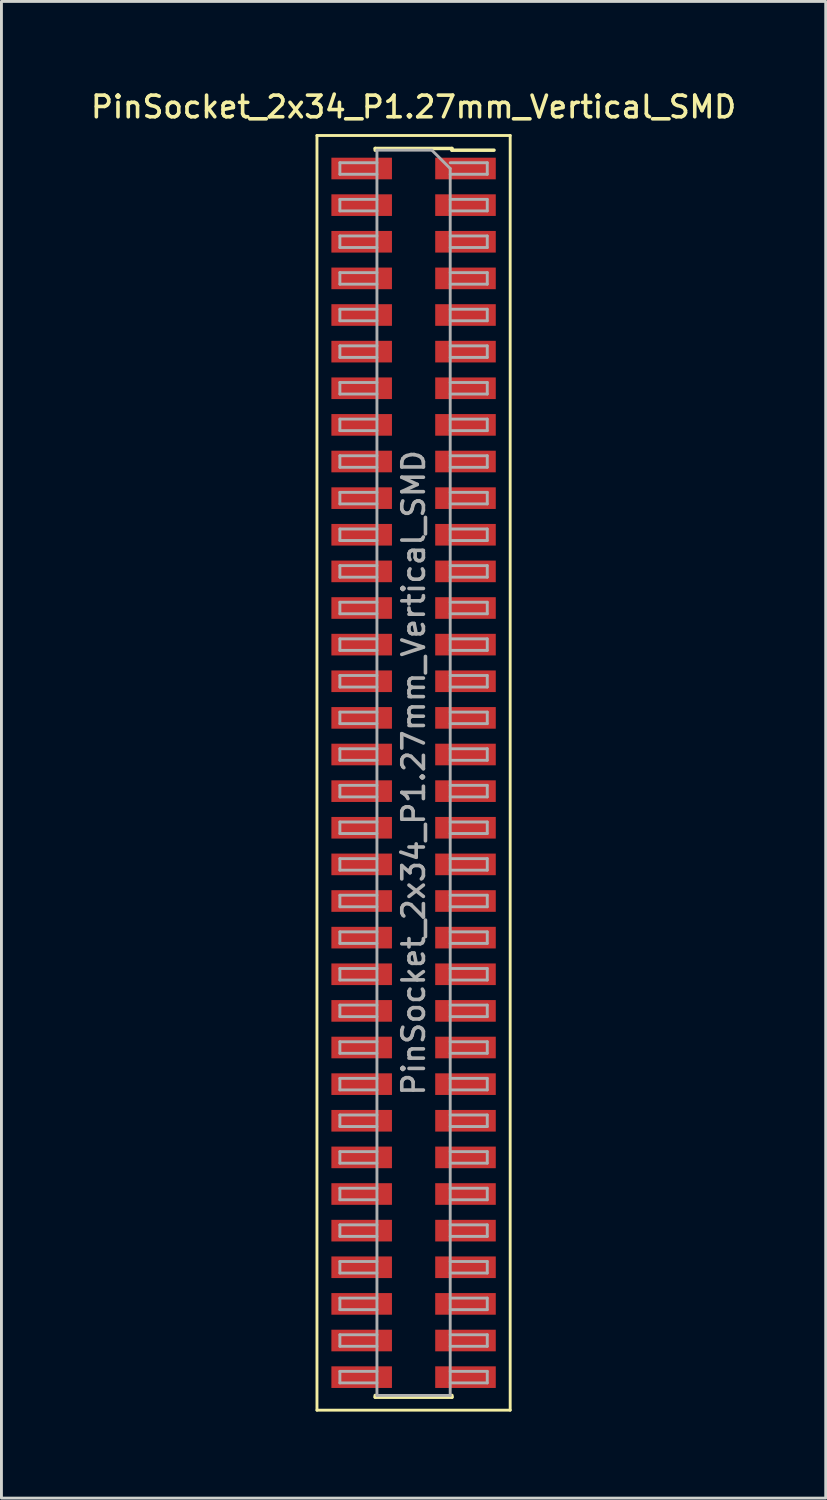
<source format=kicad_pcb>
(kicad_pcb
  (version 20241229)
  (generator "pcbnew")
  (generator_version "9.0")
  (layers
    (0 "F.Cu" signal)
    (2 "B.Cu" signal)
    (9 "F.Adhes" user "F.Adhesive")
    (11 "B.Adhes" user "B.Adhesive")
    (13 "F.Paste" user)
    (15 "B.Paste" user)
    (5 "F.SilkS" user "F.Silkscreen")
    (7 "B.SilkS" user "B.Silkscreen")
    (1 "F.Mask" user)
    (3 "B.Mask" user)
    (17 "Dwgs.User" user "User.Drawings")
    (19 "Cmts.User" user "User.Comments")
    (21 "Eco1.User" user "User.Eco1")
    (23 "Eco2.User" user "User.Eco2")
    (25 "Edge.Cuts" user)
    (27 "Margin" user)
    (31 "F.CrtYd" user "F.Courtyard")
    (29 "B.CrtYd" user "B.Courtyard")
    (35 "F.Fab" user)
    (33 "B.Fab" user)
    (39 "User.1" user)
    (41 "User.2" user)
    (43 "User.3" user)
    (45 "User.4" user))
  (footprint "PinSocket_2x34_P1.27mm_Vertical_SMD"
    (layer "F.Cu")
    (at 11.291 23.748)
    (property "Reference" "PinSocket_2x34_P1.27mm_Vertical_SMD" (at 0 -23.09 0) (layer "F.SilkS") (effects (font (size 0.75 0.75) (thickness 0.125))))
    (attr smd)
    (fp_line (start -3.35 -22.1) (end 3.35 -22.1) (stroke (width 0.1) (type solid)) (layer "F.SilkS"))
    (fp_line (start -3.35 22.1) (end -3.35 -22.1) (stroke (width 0.1) (type solid)) (layer "F.SilkS"))
    (fp_line (start -1.33 -21.65) (end -1.33 -21.59) (stroke (width 0.12) (type solid)) (layer "F.SilkS"))
    (fp_line (start -1.33 -21.65) (end 1.33 -21.65) (stroke (width 0.12) (type solid)) (layer "F.SilkS"))
    (fp_line (start -1.33 21.59) (end -1.33 21.65) (stroke (width 0.12) (type solid)) (layer "F.SilkS"))
    (fp_line (start -1.33 21.65) (end 1.33 21.65) (stroke (width 0.12) (type solid)) (layer "F.SilkS"))
    (fp_line (start 1.33 -21.65) (end 1.33 -21.59) (stroke (width 0.12) (type solid)) (layer "F.SilkS"))
    (fp_line (start 1.33 -21.59) (end 2.79 -21.59) (stroke (width 0.12) (type solid)) (layer "F.SilkS"))
    (fp_line (start 1.33 21.59) (end 1.33 21.65) (stroke (width 0.12) (type solid)) (layer "F.SilkS"))
    (fp_line (start 3.35 -22.1) (end 3.35 22.1) (stroke (width 0.1) (type solid)) (layer "F.SilkS"))
    (fp_line (start 3.35 22.1) (end -3.35 22.1) (stroke (width 0.1) (type solid)) (layer "F.SilkS"))
    (fp_line (start -2.555 -21.155) (end -1.27 -21.155) (stroke (width 0.1) (type solid)) (layer "F.Fab"))
    (fp_line (start -2.555 -20.755) (end -2.555 -21.155) (stroke (width 0.1) (type solid)) (layer "F.Fab"))
    (fp_line (start -2.555 -19.885) (end -1.27 -19.885) (stroke (width 0.1) (type solid)) (layer "F.Fab"))
    (fp_line (start -2.555 -19.485) (end -2.555 -19.885) (stroke (width 0.1) (type solid)) (layer "F.Fab"))
    (fp_line (start -2.555 -18.615) (end -1.27 -18.615) (stroke (width 0.1) (type solid)) (layer "F.Fab"))
    (fp_line (start -2.555 -18.215) (end -2.555 -18.615) (stroke (width 0.1) (type solid)) (layer "F.Fab"))
    (fp_line (start -2.555 -17.345) (end -1.27 -17.345) (stroke (width 0.1) (type solid)) (layer "F.Fab"))
    (fp_line (start -2.555 -16.945) (end -2.555 -17.345) (stroke (width 0.1) (type solid)) (layer "F.Fab"))
    (fp_line (start -2.555 -16.075) (end -1.27 -16.075) (stroke (width 0.1) (type solid)) (layer "F.Fab"))
    (fp_line (start -2.555 -15.675) (end -2.555 -16.075) (stroke (width 0.1) (type solid)) (layer "F.Fab"))
    (fp_line (start -2.555 -14.805) (end -1.27 -14.805) (stroke (width 0.1) (type solid)) (layer "F.Fab"))
    (fp_line (start -2.555 -14.405) (end -2.555 -14.805) (stroke (width 0.1) (type solid)) (layer "F.Fab"))
    (fp_line (start -2.555 -13.535) (end -1.27 -13.535) (stroke (width 0.1) (type solid)) (layer "F.Fab"))
    (fp_line (start -2.555 -13.135) (end -2.555 -13.535) (stroke (width 0.1) (type solid)) (layer "F.Fab"))
    (fp_line (start -2.555 -12.265) (end -1.27 -12.265) (stroke (width 0.1) (type solid)) (layer "F.Fab"))
    (fp_line (start -2.555 -11.865) (end -2.555 -12.265) (stroke (width 0.1) (type solid)) (layer "F.Fab"))
    (fp_line (start -2.555 -10.995) (end -1.27 -10.995) (stroke (width 0.1) (type solid)) (layer "F.Fab"))
    (fp_line (start -2.555 -10.595) (end -2.555 -10.995) (stroke (width 0.1) (type solid)) (layer "F.Fab"))
    (fp_line (start -2.555 -9.725) (end -1.27 -9.725) (stroke (width 0.1) (type solid)) (layer "F.Fab"))
    (fp_line (start -2.555 -9.325) (end -2.555 -9.725) (stroke (width 0.1) (type solid)) (layer "F.Fab"))
    (fp_line (start -2.555 -8.455) (end -1.27 -8.455) (stroke (width 0.1) (type solid)) (layer "F.Fab"))
    (fp_line (start -2.555 -8.055) (end -2.555 -8.455) (stroke (width 0.1) (type solid)) (layer "F.Fab"))
    (fp_line (start -2.555 -7.185) (end -1.27 -7.185) (stroke (width 0.1) (type solid)) (layer "F.Fab"))
    (fp_line (start -2.555 -6.785) (end -2.555 -7.185) (stroke (width 0.1) (type solid)) (layer "F.Fab"))
    (fp_line (start -2.555 -5.915) (end -1.27 -5.915) (stroke (width 0.1) (type solid)) (layer "F.Fab"))
    (fp_line (start -2.555 -5.515) (end -2.555 -5.915) (stroke (width 0.1) (type solid)) (layer "F.Fab"))
    (fp_line (start -2.555 -4.645) (end -1.27 -4.645) (stroke (width 0.1) (type solid)) (layer "F.Fab"))
    (fp_line (start -2.555 -4.245) (end -2.555 -4.645) (stroke (width 0.1) (type solid)) (layer "F.Fab"))
    (fp_line (start -2.555 -3.375) (end -1.27 -3.375) (stroke (width 0.1) (type solid)) (layer "F.Fab"))
    (fp_line (start -2.555 -2.975) (end -2.555 -3.375) (stroke (width 0.1) (type solid)) (layer "F.Fab"))
    (fp_line (start -2.555 -2.105) (end -1.27 -2.105) (stroke (width 0.1) (type solid)) (layer "F.Fab"))
    (fp_line (start -2.555 -1.705) (end -2.555 -2.105) (stroke (width 0.1) (type solid)) (layer "F.Fab"))
    (fp_line (start -2.555 -0.835) (end -1.27 -0.835) (stroke (width 0.1) (type solid)) (layer "F.Fab"))
    (fp_line (start -2.555 -0.435) (end -2.555 -0.835) (stroke (width 0.1) (type solid)) (layer "F.Fab"))
    (fp_line (start -2.555 0.435) (end -1.27 0.435) (stroke (width 0.1) (type solid)) (layer "F.Fab"))
    (fp_line (start -2.555 0.835) (end -2.555 0.435) (stroke (width 0.1) (type solid)) (layer "F.Fab"))
    (fp_line (start -2.555 1.705) (end -1.27 1.705) (stroke (width 0.1) (type solid)) (layer "F.Fab"))
    (fp_line (start -2.555 2.105) (end -2.555 1.705) (stroke (width 0.1) (type solid)) (layer "F.Fab"))
    (fp_line (start -2.555 2.975) (end -1.27 2.975) (stroke (width 0.1) (type solid)) (layer "F.Fab"))
    (fp_line (start -2.555 3.375) (end -2.555 2.975) (stroke (width 0.1) (type solid)) (layer "F.Fab"))
    (fp_line (start -2.555 4.245) (end -1.27 4.245) (stroke (width 0.1) (type solid)) (layer "F.Fab"))
    (fp_line (start -2.555 4.645) (end -2.555 4.245) (stroke (width 0.1) (type solid)) (layer "F.Fab"))
    (fp_line (start -2.555 5.515) (end -1.27 5.515) (stroke (width 0.1) (type solid)) (layer "F.Fab"))
    (fp_line (start -2.555 5.915) (end -2.555 5.515) (stroke (width 0.1) (type solid)) (layer "F.Fab"))
    (fp_line (start -2.555 6.785) (end -1.27 6.785) (stroke (width 0.1) (type solid)) (layer "F.Fab"))
    (fp_line (start -2.555 7.185) (end -2.555 6.785) (stroke (width 0.1) (type solid)) (layer "F.Fab"))
    (fp_line (start -2.555 8.055) (end -1.27 8.055) (stroke (width 0.1) (type solid)) (layer "F.Fab"))
    (fp_line (start -2.555 8.455) (end -2.555 8.055) (stroke (width 0.1) (type solid)) (layer "F.Fab"))
    (fp_line (start -2.555 9.325) (end -1.27 9.325) (stroke (width 0.1) (type solid)) (layer "F.Fab"))
    (fp_line (start -2.555 9.725) (end -2.555 9.325) (stroke (width 0.1) (type solid)) (layer "F.Fab"))
    (fp_line (start -2.555 10.595) (end -1.27 10.595) (stroke (width 0.1) (type solid)) (layer "F.Fab"))
    (fp_line (start -2.555 10.995) (end -2.555 10.595) (stroke (width 0.1) (type solid)) (layer "F.Fab"))
    (fp_line (start -2.555 11.865) (end -1.27 11.865) (stroke (width 0.1) (type solid)) (layer "F.Fab"))
    (fp_line (start -2.555 12.265) (end -2.555 11.865) (stroke (width 0.1) (type solid)) (layer "F.Fab"))
    (fp_line (start -2.555 13.135) (end -1.27 13.135) (stroke (width 0.1) (type solid)) (layer "F.Fab"))
    (fp_line (start -2.555 13.535) (end -2.555 13.135) (stroke (width 0.1) (type solid)) (layer "F.Fab"))
    (fp_line (start -2.555 14.405) (end -1.27 14.405) (stroke (width 0.1) (type solid)) (layer "F.Fab"))
    (fp_line (start -2.555 14.805) (end -2.555 14.405) (stroke (width 0.1) (type solid)) (layer "F.Fab"))
    (fp_line (start -2.555 15.675) (end -1.27 15.675) (stroke (width 0.1) (type solid)) (layer "F.Fab"))
    (fp_line (start -2.555 16.075) (end -2.555 15.675) (stroke (width 0.1) (type solid)) (layer "F.Fab"))
    (fp_line (start -2.555 16.945) (end -1.27 16.945) (stroke (width 0.1) (type solid)) (layer "F.Fab"))
    (fp_line (start -2.555 17.345) (end -2.555 16.945) (stroke (width 0.1) (type solid)) (layer "F.Fab"))
    (fp_line (start -2.555 18.215) (end -1.27 18.215) (stroke (width 0.1) (type solid)) (layer "F.Fab"))
    (fp_line (start -2.555 18.615) (end -2.555 18.215) (stroke (width 0.1) (type solid)) (layer "F.Fab"))
    (fp_line (start -2.555 19.485) (end -1.27 19.485) (stroke (width 0.1) (type solid)) (layer "F.Fab"))
    (fp_line (start -2.555 19.885) (end -2.555 19.485) (stroke (width 0.1) (type solid)) (layer "F.Fab"))
    (fp_line (start -2.555 20.755) (end -1.27 20.755) (stroke (width 0.1) (type solid)) (layer "F.Fab"))
    (fp_line (start -2.555 21.155) (end -2.555 20.755) (stroke (width 0.1) (type solid)) (layer "F.Fab"))
    (fp_line (start -1.27 -21.59) (end 0.635 -21.59) (stroke (width 0.1) (type solid)) (layer "F.Fab"))
    (fp_line (start -1.27 -20.755) (end -2.555 -20.755) (stroke (width 0.1) (type solid)) (layer "F.Fab"))
    (fp_line (start -1.27 -19.485) (end -2.555 -19.485) (stroke (width 0.1) (type solid)) (layer "F.Fab"))
    (fp_line (start -1.27 -18.215) (end -2.555 -18.215) (stroke (width 0.1) (type solid)) (layer "F.Fab"))
    (fp_line (start -1.27 -16.945) (end -2.555 -16.945) (stroke (width 0.1) (type solid)) (layer "F.Fab"))
    (fp_line (start -1.27 -15.675) (end -2.555 -15.675) (stroke (width 0.1) (type solid)) (layer "F.Fab"))
    (fp_line (start -1.27 -14.405) (end -2.555 -14.405) (stroke (width 0.1) (type solid)) (layer "F.Fab"))
    (fp_line (start -1.27 -13.135) (end -2.555 -13.135) (stroke (width 0.1) (type solid)) (layer "F.Fab"))
    (fp_line (start -1.27 -11.865) (end -2.555 -11.865) (stroke (width 0.1) (type solid)) (layer "F.Fab"))
    (fp_line (start -1.27 -10.595) (end -2.555 -10.595) (stroke (width 0.1) (type solid)) (layer "F.Fab"))
    (fp_line (start -1.27 -9.325) (end -2.555 -9.325) (stroke (width 0.1) (type solid)) (layer "F.Fab"))
    (fp_line (start -1.27 -8.055) (end -2.555 -8.055) (stroke (width 0.1) (type solid)) (layer "F.Fab"))
    (fp_line (start -1.27 -6.785) (end -2.555 -6.785) (stroke (width 0.1) (type solid)) (layer "F.Fab"))
    (fp_line (start -1.27 -5.515) (end -2.555 -5.515) (stroke (width 0.1) (type solid)) (layer "F.Fab"))
    (fp_line (start -1.27 -4.245) (end -2.555 -4.245) (stroke (width 0.1) (type solid)) (layer "F.Fab"))
    (fp_line (start -1.27 -2.975) (end -2.555 -2.975) (stroke (width 0.1) (type solid)) (layer "F.Fab"))
    (fp_line (start -1.27 -1.705) (end -2.555 -1.705) (stroke (width 0.1) (type solid)) (layer "F.Fab"))
    (fp_line (start -1.27 -0.435) (end -2.555 -0.435) (stroke (width 0.1) (type solid)) (layer "F.Fab"))
    (fp_line (start -1.27 0.835) (end -2.555 0.835) (stroke (width 0.1) (type solid)) (layer "F.Fab"))
    (fp_line (start -1.27 2.105) (end -2.555 2.105) (stroke (width 0.1) (type solid)) (layer "F.Fab"))
    (fp_line (start -1.27 3.375) (end -2.555 3.375) (stroke (width 0.1) (type solid)) (layer "F.Fab"))
    (fp_line (start -1.27 4.645) (end -2.555 4.645) (stroke (width 0.1) (type solid)) (layer "F.Fab"))
    (fp_line (start -1.27 5.915) (end -2.555 5.915) (stroke (width 0.1) (type solid)) (layer "F.Fab"))
    (fp_line (start -1.27 7.185) (end -2.555 7.185) (stroke (width 0.1) (type solid)) (layer "F.Fab"))
    (fp_line (start -1.27 8.455) (end -2.555 8.455) (stroke (width 0.1) (type solid)) (layer "F.Fab"))
    (fp_line (start -1.27 9.725) (end -2.555 9.725) (stroke (width 0.1) (type solid)) (layer "F.Fab"))
    (fp_line (start -1.27 10.995) (end -2.555 10.995) (stroke (width 0.1) (type solid)) (layer "F.Fab"))
    (fp_line (start -1.27 12.265) (end -2.555 12.265) (stroke (width 0.1) (type solid)) (layer "F.Fab"))
    (fp_line (start -1.27 13.535) (end -2.555 13.535) (stroke (width 0.1) (type solid)) (layer "F.Fab"))
    (fp_line (start -1.27 14.805) (end -2.555 14.805) (stroke (width 0.1) (type solid)) (layer "F.Fab"))
    (fp_line (start -1.27 16.075) (end -2.555 16.075) (stroke (width 0.1) (type solid)) (layer "F.Fab"))
    (fp_line (start -1.27 17.345) (end -2.555 17.345) (stroke (width 0.1) (type solid)) (layer "F.Fab"))
    (fp_line (start -1.27 18.615) (end -2.555 18.615) (stroke (width 0.1) (type solid)) (layer "F.Fab"))
    (fp_line (start -1.27 19.885) (end -2.555 19.885) (stroke (width 0.1) (type solid)) (layer "F.Fab"))
    (fp_line (start -1.27 21.155) (end -2.555 21.155) (stroke (width 0.1) (type solid)) (layer "F.Fab"))
    (fp_line (start -1.27 21.59) (end -1.27 -21.59) (stroke (width 0.1) (type solid)) (layer "F.Fab"))
    (fp_line (start 0.635 -21.59) (end 1.27 -20.955) (stroke (width 0.1) (type solid)) (layer "F.Fab"))
    (fp_line (start 1.27 -21.155) (end 2.555 -21.155) (stroke (width 0.1) (type solid)) (layer "F.Fab"))
    (fp_line (start 1.27 -20.955) (end 1.27 21.59) (stroke (width 0.1) (type solid)) (layer "F.Fab"))
    (fp_line (start 1.27 -19.885) (end 2.555 -19.885) (stroke (width 0.1) (type solid)) (layer "F.Fab"))
    (fp_line (start 1.27 -18.615) (end 2.555 -18.615) (stroke (width 0.1) (type solid)) (layer "F.Fab"))
    (fp_line (start 1.27 -17.345) (end 2.555 -17.345) (stroke (width 0.1) (type solid)) (layer "F.Fab"))
    (fp_line (start 1.27 -16.075) (end 2.555 -16.075) (stroke (width 0.1) (type solid)) (layer "F.Fab"))
    (fp_line (start 1.27 -14.805) (end 2.555 -14.805) (stroke (width 0.1) (type solid)) (layer "F.Fab"))
    (fp_line (start 1.27 -13.535) (end 2.555 -13.535) (stroke (width 0.1) (type solid)) (layer "F.Fab"))
    (fp_line (start 1.27 -12.265) (end 2.555 -12.265) (stroke (width 0.1) (type solid)) (layer "F.Fab"))
    (fp_line (start 1.27 -10.995) (end 2.555 -10.995) (stroke (width 0.1) (type solid)) (layer "F.Fab"))
    (fp_line (start 1.27 -9.725) (end 2.555 -9.725) (stroke (width 0.1) (type solid)) (layer "F.Fab"))
    (fp_line (start 1.27 -8.455) (end 2.555 -8.455) (stroke (width 0.1) (type solid)) (layer "F.Fab"))
    (fp_line (start 1.27 -7.185) (end 2.555 -7.185) (stroke (width 0.1) (type solid)) (layer "F.Fab"))
    (fp_line (start 1.27 -5.915) (end 2.555 -5.915) (stroke (width 0.1) (type solid)) (layer "F.Fab"))
    (fp_line (start 1.27 -4.645) (end 2.555 -4.645) (stroke (width 0.1) (type solid)) (layer "F.Fab"))
    (fp_line (start 1.27 -3.375) (end 2.555 -3.375) (stroke (width 0.1) (type solid)) (layer "F.Fab"))
    (fp_line (start 1.27 -2.105) (end 2.555 -2.105) (stroke (width 0.1) (type solid)) (layer "F.Fab"))
    (fp_line (start 1.27 -0.835) (end 2.555 -0.835) (stroke (width 0.1) (type solid)) (layer "F.Fab"))
    (fp_line (start 1.27 0.435) (end 2.555 0.435) (stroke (width 0.1) (type solid)) (layer "F.Fab"))
    (fp_line (start 1.27 1.705) (end 2.555 1.705) (stroke (width 0.1) (type solid)) (layer "F.Fab"))
    (fp_line (start 1.27 2.975) (end 2.555 2.975) (stroke (width 0.1) (type solid)) (layer "F.Fab"))
    (fp_line (start 1.27 4.245) (end 2.555 4.245) (stroke (width 0.1) (type solid)) (layer "F.Fab"))
    (fp_line (start 1.27 5.515) (end 2.555 5.515) (stroke (width 0.1) (type solid)) (layer "F.Fab"))
    (fp_line (start 1.27 6.785) (end 2.555 6.785) (stroke (width 0.1) (type solid)) (layer "F.Fab"))
    (fp_line (start 1.27 8.055) (end 2.555 8.055) (stroke (width 0.1) (type solid)) (layer "F.Fab"))
    (fp_line (start 1.27 9.325) (end 2.555 9.325) (stroke (width 0.1) (type solid)) (layer "F.Fab"))
    (fp_line (start 1.27 10.595) (end 2.555 10.595) (stroke (width 0.1) (type solid)) (layer "F.Fab"))
    (fp_line (start 1.27 11.865) (end 2.555 11.865) (stroke (width 0.1) (type solid)) (layer "F.Fab"))
    (fp_line (start 1.27 13.135) (end 2.555 13.135) (stroke (width 0.1) (type solid)) (layer "F.Fab"))
    (fp_line (start 1.27 14.405) (end 2.555 14.405) (stroke (width 0.1) (type solid)) (layer "F.Fab"))
    (fp_line (start 1.27 15.675) (end 2.555 15.675) (stroke (width 0.1) (type solid)) (layer "F.Fab"))
    (fp_line (start 1.27 16.945) (end 2.555 16.945) (stroke (width 0.1) (type solid)) (layer "F.Fab"))
    (fp_line (start 1.27 18.215) (end 2.555 18.215) (stroke (width 0.1) (type solid)) (layer "F.Fab"))
    (fp_line (start 1.27 19.485) (end 2.555 19.485) (stroke (width 0.1) (type solid)) (layer "F.Fab"))
    (fp_line (start 1.27 20.755) (end 2.555 20.755) (stroke (width 0.1) (type solid)) (layer "F.Fab"))
    (fp_line (start 1.27 21.59) (end -1.27 21.59) (stroke (width 0.1) (type solid)) (layer "F.Fab"))
    (fp_line (start 2.555 -21.155) (end 2.555 -20.755) (stroke (width 0.1) (type solid)) (layer "F.Fab"))
    (fp_line (start 2.555 -20.755) (end 1.27 -20.755) (stroke (width 0.1) (type solid)) (layer "F.Fab"))
    (fp_line (start 2.555 -19.885) (end 2.555 -19.485) (stroke (width 0.1) (type solid)) (layer "F.Fab"))
    (fp_line (start 2.555 -19.485) (end 1.27 -19.485) (stroke (width 0.1) (type solid)) (layer "F.Fab"))
    (fp_line (start 2.555 -18.615) (end 2.555 -18.215) (stroke (width 0.1) (type solid)) (layer "F.Fab"))
    (fp_line (start 2.555 -18.215) (end 1.27 -18.215) (stroke (width 0.1) (type solid)) (layer "F.Fab"))
    (fp_line (start 2.555 -17.345) (end 2.555 -16.945) (stroke (width 0.1) (type solid)) (layer "F.Fab"))
    (fp_line (start 2.555 -16.945) (end 1.27 -16.945) (stroke (width 0.1) (type solid)) (layer "F.Fab"))
    (fp_line (start 2.555 -16.075) (end 2.555 -15.675) (stroke (width 0.1) (type solid)) (layer "F.Fab"))
    (fp_line (start 2.555 -15.675) (end 1.27 -15.675) (stroke (width 0.1) (type solid)) (layer "F.Fab"))
    (fp_line (start 2.555 -14.805) (end 2.555 -14.405) (stroke (width 0.1) (type solid)) (layer "F.Fab"))
    (fp_line (start 2.555 -14.405) (end 1.27 -14.405) (stroke (width 0.1) (type solid)) (layer "F.Fab"))
    (fp_line (start 2.555 -13.535) (end 2.555 -13.135) (stroke (width 0.1) (type solid)) (layer "F.Fab"))
    (fp_line (start 2.555 -13.135) (end 1.27 -13.135) (stroke (width 0.1) (type solid)) (layer "F.Fab"))
    (fp_line (start 2.555 -12.265) (end 2.555 -11.865) (stroke (width 0.1) (type solid)) (layer "F.Fab"))
    (fp_line (start 2.555 -11.865) (end 1.27 -11.865) (stroke (width 0.1) (type solid)) (layer "F.Fab"))
    (fp_line (start 2.555 -10.995) (end 2.555 -10.595) (stroke (width 0.1) (type solid)) (layer "F.Fab"))
    (fp_line (start 2.555 -10.595) (end 1.27 -10.595) (stroke (width 0.1) (type solid)) (layer "F.Fab"))
    (fp_line (start 2.555 -9.725) (end 2.555 -9.325) (stroke (width 0.1) (type solid)) (layer "F.Fab"))
    (fp_line (start 2.555 -9.325) (end 1.27 -9.325) (stroke (width 0.1) (type solid)) (layer "F.Fab"))
    (fp_line (start 2.555 -8.455) (end 2.555 -8.055) (stroke (width 0.1) (type solid)) (layer "F.Fab"))
    (fp_line (start 2.555 -8.055) (end 1.27 -8.055) (stroke (width 0.1) (type solid)) (layer "F.Fab"))
    (fp_line (start 2.555 -7.185) (end 2.555 -6.785) (stroke (width 0.1) (type solid)) (layer "F.Fab"))
    (fp_line (start 2.555 -6.785) (end 1.27 -6.785) (stroke (width 0.1) (type solid)) (layer "F.Fab"))
    (fp_line (start 2.555 -5.915) (end 2.555 -5.515) (stroke (width 0.1) (type solid)) (layer "F.Fab"))
    (fp_line (start 2.555 -5.515) (end 1.27 -5.515) (stroke (width 0.1) (type solid)) (layer "F.Fab"))
    (fp_line (start 2.555 -4.645) (end 2.555 -4.245) (stroke (width 0.1) (type solid)) (layer "F.Fab"))
    (fp_line (start 2.555 -4.245) (end 1.27 -4.245) (stroke (width 0.1) (type solid)) (layer "F.Fab"))
    (fp_line (start 2.555 -3.375) (end 2.555 -2.975) (stroke (width 0.1) (type solid)) (layer "F.Fab"))
    (fp_line (start 2.555 -2.975) (end 1.27 -2.975) (stroke (width 0.1) (type solid)) (layer "F.Fab"))
    (fp_line (start 2.555 -2.105) (end 2.555 -1.705) (stroke (width 0.1) (type solid)) (layer "F.Fab"))
    (fp_line (start 2.555 -1.705) (end 1.27 -1.705) (stroke (width 0.1) (type solid)) (layer "F.Fab"))
    (fp_line (start 2.555 -0.835) (end 2.555 -0.435) (stroke (width 0.1) (type solid)) (layer "F.Fab"))
    (fp_line (start 2.555 -0.435) (end 1.27 -0.435) (stroke (width 0.1) (type solid)) (layer "F.Fab"))
    (fp_line (start 2.555 0.435) (end 2.555 0.835) (stroke (width 0.1) (type solid)) (layer "F.Fab"))
    (fp_line (start 2.555 0.835) (end 1.27 0.835) (stroke (width 0.1) (type solid)) (layer "F.Fab"))
    (fp_line (start 2.555 1.705) (end 2.555 2.105) (stroke (width 0.1) (type solid)) (layer "F.Fab"))
    (fp_line (start 2.555 2.105) (end 1.27 2.105) (stroke (width 0.1) (type solid)) (layer "F.Fab"))
    (fp_line (start 2.555 2.975) (end 2.555 3.375) (stroke (width 0.1) (type solid)) (layer "F.Fab"))
    (fp_line (start 2.555 3.375) (end 1.27 3.375) (stroke (width 0.1) (type solid)) (layer "F.Fab"))
    (fp_line (start 2.555 4.245) (end 2.555 4.645) (stroke (width 0.1) (type solid)) (layer "F.Fab"))
    (fp_line (start 2.555 4.645) (end 1.27 4.645) (stroke (width 0.1) (type solid)) (layer "F.Fab"))
    (fp_line (start 2.555 5.515) (end 2.555 5.915) (stroke (width 0.1) (type solid)) (layer "F.Fab"))
    (fp_line (start 2.555 5.915) (end 1.27 5.915) (stroke (width 0.1) (type solid)) (layer "F.Fab"))
    (fp_line (start 2.555 6.785) (end 2.555 7.185) (stroke (width 0.1) (type solid)) (layer "F.Fab"))
    (fp_line (start 2.555 7.185) (end 1.27 7.185) (stroke (width 0.1) (type solid)) (layer "F.Fab"))
    (fp_line (start 2.555 8.055) (end 2.555 8.455) (stroke (width 0.1) (type solid)) (layer "F.Fab"))
    (fp_line (start 2.555 8.455) (end 1.27 8.455) (stroke (width 0.1) (type solid)) (layer "F.Fab"))
    (fp_line (start 2.555 9.325) (end 2.555 9.725) (stroke (width 0.1) (type solid)) (layer "F.Fab"))
    (fp_line (start 2.555 9.725) (end 1.27 9.725) (stroke (width 0.1) (type solid)) (layer "F.Fab"))
    (fp_line (start 2.555 10.595) (end 2.555 10.995) (stroke (width 0.1) (type solid)) (layer "F.Fab"))
    (fp_line (start 2.555 10.995) (end 1.27 10.995) (stroke (width 0.1) (type solid)) (layer "F.Fab"))
    (fp_line (start 2.555 11.865) (end 2.555 12.265) (stroke (width 0.1) (type solid)) (layer "F.Fab"))
    (fp_line (start 2.555 12.265) (end 1.27 12.265) (stroke (width 0.1) (type solid)) (layer "F.Fab"))
    (fp_line (start 2.555 13.135) (end 2.555 13.535) (stroke (width 0.1) (type solid)) (layer "F.Fab"))
    (fp_line (start 2.555 13.535) (end 1.27 13.535) (stroke (width 0.1) (type solid)) (layer "F.Fab"))
    (fp_line (start 2.555 14.405) (end 2.555 14.805) (stroke (width 0.1) (type solid)) (layer "F.Fab"))
    (fp_line (start 2.555 14.805) (end 1.27 14.805) (stroke (width 0.1) (type solid)) (layer "F.Fab"))
    (fp_line (start 2.555 15.675) (end 2.555 16.075) (stroke (width 0.1) (type solid)) (layer "F.Fab"))
    (fp_line (start 2.555 16.075) (end 1.27 16.075) (stroke (width 0.1) (type solid)) (layer "F.Fab"))
    (fp_line (start 2.555 16.945) (end 2.555 17.345) (stroke (width 0.1) (type solid)) (layer "F.Fab"))
    (fp_line (start 2.555 17.345) (end 1.27 17.345) (stroke (width 0.1) (type solid)) (layer "F.Fab"))
    (fp_line (start 2.555 18.215) (end 2.555 18.615) (stroke (width 0.1) (type solid)) (layer "F.Fab"))
    (fp_line (start 2.555 18.615) (end 1.27 18.615) (stroke (width 0.1) (type solid)) (layer "F.Fab"))
    (fp_line (start 2.555 19.485) (end 2.555 19.885) (stroke (width 0.1) (type solid)) (layer "F.Fab"))
    (fp_line (start 2.555 19.885) (end 1.27 19.885) (stroke (width 0.1) (type solid)) (layer "F.Fab"))
    (fp_line (start 2.555 20.755) (end 2.555 21.155) (stroke (width 0.1) (type solid)) (layer "F.Fab"))
    (fp_line (start 2.555 21.155) (end 1.27 21.155) (stroke (width 0.1) (type solid)) (layer "F.Fab"))
    (fp_text user "${REFERENCE}" (at 0 0 90) (layer "F.Fab") (effects (font (size 0.75 0.75) (thickness 0.125))))
    (pad "1" smd rect (at 1.8 -20.955) (size 2.1 0.75) (layers "F.Cu" "F.Mask" "F.Paste"))
    (pad "2" smd rect (at -1.8 -20.955) (size 2.1 0.75) (layers "F.Cu" "F.Mask" "F.Paste"))
    (pad "3" smd rect (at 1.8 -19.685) (size 2.1 0.75) (layers "F.Cu" "F.Mask" "F.Paste"))
    (pad "4" smd rect (at -1.8 -19.685) (size 2.1 0.75) (layers "F.Cu" "F.Mask" "F.Paste"))
    (pad "5" smd rect (at 1.8 -18.415) (size 2.1 0.75) (layers "F.Cu" "F.Mask" "F.Paste"))
    (pad "6" smd rect (at -1.8 -18.415) (size 2.1 0.75) (layers "F.Cu" "F.Mask" "F.Paste"))
    (pad "7" smd rect (at 1.8 -17.145) (size 2.1 0.75) (layers "F.Cu" "F.Mask" "F.Paste"))
    (pad "8" smd rect (at -1.8 -17.145) (size 2.1 0.75) (layers "F.Cu" "F.Mask" "F.Paste"))
    (pad "9" smd rect (at 1.8 -15.875) (size 2.1 0.75) (layers "F.Cu" "F.Mask" "F.Paste"))
    (pad "10" smd rect (at -1.8 -15.875) (size 2.1 0.75) (layers "F.Cu" "F.Mask" "F.Paste"))
    (pad "11" smd rect (at 1.8 -14.605) (size 2.1 0.75) (layers "F.Cu" "F.Mask" "F.Paste"))
    (pad "12" smd rect (at -1.8 -14.605) (size 2.1 0.75) (layers "F.Cu" "F.Mask" "F.Paste"))
    (pad "13" smd rect (at 1.8 -13.335) (size 2.1 0.75) (layers "F.Cu" "F.Mask" "F.Paste"))
    (pad "14" smd rect (at -1.8 -13.335) (size 2.1 0.75) (layers "F.Cu" "F.Mask" "F.Paste"))
    (pad "15" smd rect (at 1.8 -12.065) (size 2.1 0.75) (layers "F.Cu" "F.Mask" "F.Paste"))
    (pad "16" smd rect (at -1.8 -12.065) (size 2.1 0.75) (layers "F.Cu" "F.Mask" "F.Paste"))
    (pad "17" smd rect (at 1.8 -10.795) (size 2.1 0.75) (layers "F.Cu" "F.Mask" "F.Paste"))
    (pad "18" smd rect (at -1.8 -10.795) (size 2.1 0.75) (layers "F.Cu" "F.Mask" "F.Paste"))
    (pad "19" smd rect (at 1.8 -9.525) (size 2.1 0.75) (layers "F.Cu" "F.Mask" "F.Paste"))
    (pad "20" smd rect (at -1.8 -9.525) (size 2.1 0.75) (layers "F.Cu" "F.Mask" "F.Paste"))
    (pad "21" smd rect (at 1.8 -8.255) (size 2.1 0.75) (layers "F.Cu" "F.Mask" "F.Paste"))
    (pad "22" smd rect (at -1.8 -8.255) (size 2.1 0.75) (layers "F.Cu" "F.Mask" "F.Paste"))
    (pad "23" smd rect (at 1.8 -6.985) (size 2.1 0.75) (layers "F.Cu" "F.Mask" "F.Paste"))
    (pad "24" smd rect (at -1.8 -6.985) (size 2.1 0.75) (layers "F.Cu" "F.Mask" "F.Paste"))
    (pad "25" smd rect (at 1.8 -5.715) (size 2.1 0.75) (layers "F.Cu" "F.Mask" "F.Paste"))
    (pad "26" smd rect (at -1.8 -5.715) (size 2.1 0.75) (layers "F.Cu" "F.Mask" "F.Paste"))
    (pad "27" smd rect (at 1.8 -4.445) (size 2.1 0.75) (layers "F.Cu" "F.Mask" "F.Paste"))
    (pad "28" smd rect (at -1.8 -4.445) (size 2.1 0.75) (layers "F.Cu" "F.Mask" "F.Paste"))
    (pad "29" smd rect (at 1.8 -3.175) (size 2.1 0.75) (layers "F.Cu" "F.Mask" "F.Paste"))
    (pad "30" smd rect (at -1.8 -3.175) (size 2.1 0.75) (layers "F.Cu" "F.Mask" "F.Paste"))
    (pad "31" smd rect (at 1.8 -1.905) (size 2.1 0.75) (layers "F.Cu" "F.Mask" "F.Paste"))
    (pad "32" smd rect (at -1.8 -1.905) (size 2.1 0.75) (layers "F.Cu" "F.Mask" "F.Paste"))
    (pad "33" smd rect (at 1.8 -0.635) (size 2.1 0.75) (layers "F.Cu" "F.Mask" "F.Paste"))
    (pad "34" smd rect (at -1.8 -0.635) (size 2.1 0.75) (layers "F.Cu" "F.Mask" "F.Paste"))
    (pad "35" smd rect (at 1.8 0.635) (size 2.1 0.75) (layers "F.Cu" "F.Mask" "F.Paste"))
    (pad "36" smd rect (at -1.8 0.635) (size 2.1 0.75) (layers "F.Cu" "F.Mask" "F.Paste"))
    (pad "37" smd rect (at 1.8 1.905) (size 2.1 0.75) (layers "F.Cu" "F.Mask" "F.Paste"))
    (pad "38" smd rect (at -1.8 1.905) (size 2.1 0.75) (layers "F.Cu" "F.Mask" "F.Paste"))
    (pad "39" smd rect (at 1.8 3.175) (size 2.1 0.75) (layers "F.Cu" "F.Mask" "F.Paste"))
    (pad "40" smd rect (at -1.8 3.175) (size 2.1 0.75) (layers "F.Cu" "F.Mask" "F.Paste"))
    (pad "41" smd rect (at 1.8 4.445) (size 2.1 0.75) (layers "F.Cu" "F.Mask" "F.Paste"))
    (pad "42" smd rect (at -1.8 4.445) (size 2.1 0.75) (layers "F.Cu" "F.Mask" "F.Paste"))
    (pad "43" smd rect (at 1.8 5.715) (size 2.1 0.75) (layers "F.Cu" "F.Mask" "F.Paste"))
    (pad "44" smd rect (at -1.8 5.715) (size 2.1 0.75) (layers "F.Cu" "F.Mask" "F.Paste"))
    (pad "45" smd rect (at 1.8 6.985) (size 2.1 0.75) (layers "F.Cu" "F.Mask" "F.Paste"))
    (pad "46" smd rect (at -1.8 6.985) (size 2.1 0.75) (layers "F.Cu" "F.Mask" "F.Paste"))
    (pad "47" smd rect (at 1.8 8.255) (size 2.1 0.75) (layers "F.Cu" "F.Mask" "F.Paste"))
    (pad "48" smd rect (at -1.8 8.255) (size 2.1 0.75) (layers "F.Cu" "F.Mask" "F.Paste"))
    (pad "49" smd rect (at 1.8 9.525) (size 2.1 0.75) (layers "F.Cu" "F.Mask" "F.Paste"))
    (pad "50" smd rect (at -1.8 9.525) (size 2.1 0.75) (layers "F.Cu" "F.Mask" "F.Paste"))
    (pad "51" smd rect (at 1.8 10.795) (size 2.1 0.75) (layers "F.Cu" "F.Mask" "F.Paste"))
    (pad "52" smd rect (at -1.8 10.795) (size 2.1 0.75) (layers "F.Cu" "F.Mask" "F.Paste"))
    (pad "53" smd rect (at 1.8 12.065) (size 2.1 0.75) (layers "F.Cu" "F.Mask" "F.Paste"))
    (pad "54" smd rect (at -1.8 12.065) (size 2.1 0.75) (layers "F.Cu" "F.Mask" "F.Paste"))
    (pad "55" smd rect (at 1.8 13.335) (size 2.1 0.75) (layers "F.Cu" "F.Mask" "F.Paste"))
    (pad "56" smd rect (at -1.8 13.335) (size 2.1 0.75) (layers "F.Cu" "F.Mask" "F.Paste"))
    (pad "57" smd rect (at 1.8 14.605) (size 2.1 0.75) (layers "F.Cu" "F.Mask" "F.Paste"))
    (pad "58" smd rect (at -1.8 14.605) (size 2.1 0.75) (layers "F.Cu" "F.Mask" "F.Paste"))
    (pad "59" smd rect (at 1.8 15.875) (size 2.1 0.75) (layers "F.Cu" "F.Mask" "F.Paste"))
    (pad "60" smd rect (at -1.8 15.875) (size 2.1 0.75) (layers "F.Cu" "F.Mask" "F.Paste"))
    (pad "61" smd rect (at 1.8 17.145) (size 2.1 0.75) (layers "F.Cu" "F.Mask" "F.Paste"))
    (pad "62" smd rect (at -1.8 17.145) (size 2.1 0.75) (layers "F.Cu" "F.Mask" "F.Paste"))
    (pad "63" smd rect (at 1.8 18.415) (size 2.1 0.75) (layers "F.Cu" "F.Mask" "F.Paste"))
    (pad "64" smd rect (at -1.8 18.415) (size 2.1 0.75) (layers "F.Cu" "F.Mask" "F.Paste"))
    (pad "65" smd rect (at 1.8 19.685) (size 2.1 0.75) (layers "F.Cu" "F.Mask" "F.Paste"))
    (pad "66" smd rect (at -1.8 19.685) (size 2.1 0.75) (layers "F.Cu" "F.Mask" "F.Paste"))
    (pad "67" smd rect (at 1.8 20.955) (size 2.1 0.75) (layers "F.Cu" "F.Mask" "F.Paste"))
    (pad "68" smd rect (at -1.8 20.955) (size 2.1 0.75) (layers "F.Cu" "F.Mask" "F.Paste")))
  (gr_rect
    (start -3 -3)
    (end 25.582 48.898)
    (stroke (width 0.1) (type default))
    (fill no)
    (layer "Edge.Cuts")))
</source>
